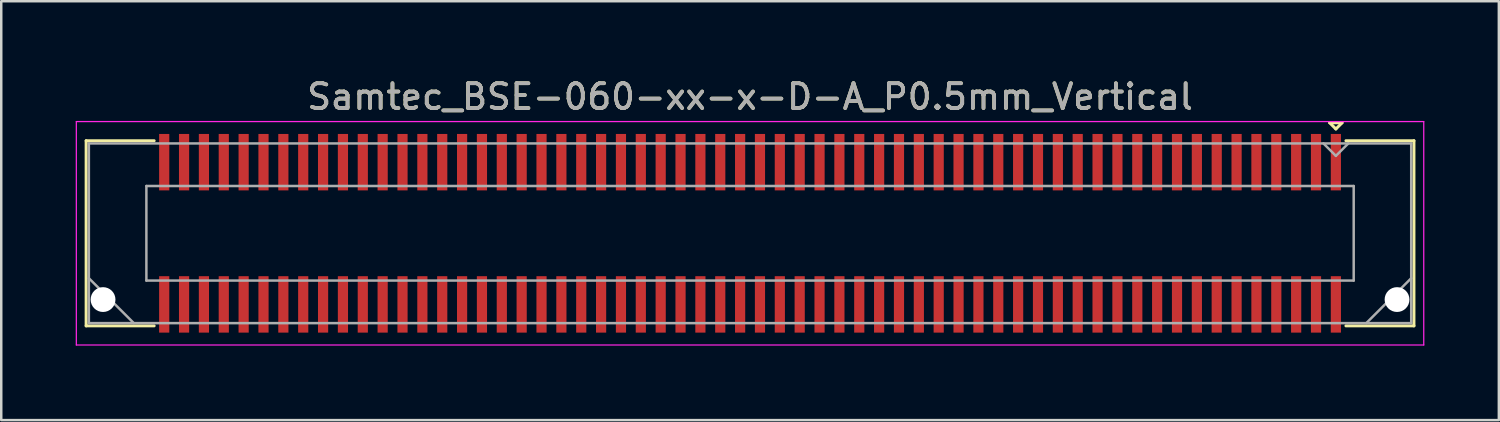
<source format=kicad_pcb>
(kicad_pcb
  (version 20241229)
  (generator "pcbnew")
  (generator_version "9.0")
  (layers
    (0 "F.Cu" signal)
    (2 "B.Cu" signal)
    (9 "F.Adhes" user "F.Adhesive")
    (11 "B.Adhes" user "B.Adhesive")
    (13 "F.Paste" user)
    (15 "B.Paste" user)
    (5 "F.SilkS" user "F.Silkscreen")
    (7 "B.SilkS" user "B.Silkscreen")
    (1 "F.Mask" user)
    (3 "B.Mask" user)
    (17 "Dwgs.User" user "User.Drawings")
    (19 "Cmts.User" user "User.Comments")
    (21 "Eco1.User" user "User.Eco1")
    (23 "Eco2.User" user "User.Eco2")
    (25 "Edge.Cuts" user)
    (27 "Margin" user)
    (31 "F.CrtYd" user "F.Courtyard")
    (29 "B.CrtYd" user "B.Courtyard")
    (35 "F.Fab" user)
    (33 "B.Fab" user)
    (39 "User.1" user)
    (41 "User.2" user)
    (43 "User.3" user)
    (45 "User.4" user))
  (footprint "Samtec_BSE-060-xx-x-D-A_P0.5mm_Vertical"
    (layer "F.Cu")
    (at 27.165 6.348)
    (property "Reference" "Samtec_BSE-060-xx-x-D-A_P0.5mm_Vertical" (at 0 -5.5 0) (layer "F.SilkS") (effects (font (size 1 1) (thickness 0.15))))
    (attr smd)
    (fp_line (start -26.745 -3.729) (end -24.005 -3.729) (stroke (width 0.12) (type solid)) (layer "F.SilkS"))
    (fp_line (start -26.745 3.729) (end -26.745 -3.729) (stroke (width 0.12) (type solid)) (layer "F.SilkS"))
    (fp_line (start -24.005 3.729) (end -26.745 3.729) (stroke (width 0.12) (type solid)) (layer "F.SilkS"))
    (fp_line (start 23.35 -4.452) (end 23.85 -4.452) (stroke (width 0.12) (type solid)) (layer "F.SilkS"))
    (fp_line (start 23.6 -4.202) (end 23.35 -4.452) (stroke (width 0.12) (type solid)) (layer "F.SilkS"))
    (fp_line (start 23.85 -4.452) (end 23.6 -4.202) (stroke (width 0.12) (type solid)) (layer "F.SilkS"))
    (fp_line (start 24.005 3.729) (end 26.745 3.729) (stroke (width 0.12) (type solid)) (layer "F.SilkS"))
    (fp_line (start 26.745 -3.729) (end 24.005 -3.729) (stroke (width 0.12) (type solid)) (layer "F.SilkS"))
    (fp_line (start 26.745 3.729) (end 26.745 -3.729) (stroke (width 0.12) (type solid)) (layer "F.SilkS"))
    (fp_line (start -27.14 -4.5) (end -27.14 4.5) (stroke (width 0.05) (type solid)) (layer "F.CrtYd"))
    (fp_line (start -27.14 4.5) (end 27.14 4.5) (stroke (width 0.05) (type solid)) (layer "F.CrtYd"))
    (fp_line (start 27.14 -4.5) (end -27.14 -4.5) (stroke (width 0.05) (type solid)) (layer "F.CrtYd"))
    (fp_line (start 27.14 4.5) (end 27.14 -4.5) (stroke (width 0.05) (type solid)) (layer "F.CrtYd"))
    (fp_line (start -26.635 -3.619) (end -26.635 3.619) (stroke (width 0.1) (type solid)) (layer "F.Fab"))
    (fp_line (start -26.635 1.81) (end -24.825 3.619) (stroke (width 0.1) (type solid)) (layer "F.Fab"))
    (fp_line (start -26.635 3.619) (end 26.635 3.619) (stroke (width 0.1) (type solid)) (layer "F.Fab"))
    (fp_line (start -24.318 -1.905) (end -24.318 1.905) (stroke (width 0.1) (type solid)) (layer "F.Fab"))
    (fp_line (start -24.318 1.905) (end 24.318 1.905) (stroke (width 0.1) (type solid)) (layer "F.Fab"))
    (fp_line (start 23.6 -3.119) (end 23.1 -3.619) (stroke (width 0.1) (type solid)) (layer "F.Fab"))
    (fp_line (start 24.1 -3.619) (end 23.6 -3.119) (stroke (width 0.1) (type solid)) (layer "F.Fab"))
    (fp_line (start 24.318 -1.905) (end -24.318 -1.905) (stroke (width 0.1) (type solid)) (layer "F.Fab"))
    (fp_line (start 24.318 1.905) (end 24.318 -1.905) (stroke (width 0.1) (type solid)) (layer "F.Fab"))
    (fp_line (start 26.635 -3.619) (end -26.635 -3.619) (stroke (width 0.1) (type solid)) (layer "F.Fab"))
    (fp_line (start 26.635 1.81) (end 24.825 3.619) (stroke (width 0.1) (type solid)) (layer "F.Fab"))
    (fp_line (start 26.635 3.619) (end 26.635 -3.619) (stroke (width 0.1) (type solid)) (layer "F.Fab"))
    (fp_text user "${REFERENCE}" (at 0 -5.5 0) (layer "F.Fab") (effects (font (size 1 1) (thickness 0.15))))
    (pad "" np_thru_hole circle (at -26.064 2.67) (size 1 1) (drill 1) (layers "*.Cu" "*.Mask"))
    (pad "" np_thru_hole circle (at 26.064 2.67) (size 1 1) (drill 1) (layers "*.Cu" "*.Mask"))
    (pad "1" smd rect (at 23.6 -2.865) (size 0.41 2.273) (layers "F.Cu" "F.Mask" "F.Paste"))
    (pad "2" smd rect (at 23.6 2.865) (size 0.41 2.273) (layers "F.Cu" "F.Mask" "F.Paste"))
    (pad "3" smd rect (at 22.8 -2.865) (size 0.41 2.273) (layers "F.Cu" "F.Mask" "F.Paste"))
    (pad "4" smd rect (at 22.8 2.865) (size 0.41 2.273) (layers "F.Cu" "F.Mask" "F.Paste"))
    (pad "5" smd rect (at 22 -2.865) (size 0.41 2.273) (layers "F.Cu" "F.Mask" "F.Paste"))
    (pad "6" smd rect (at 22 2.865) (size 0.41 2.273) (layers "F.Cu" "F.Mask" "F.Paste"))
    (pad "7" smd rect (at 21.2 -2.865) (size 0.41 2.273) (layers "F.Cu" "F.Mask" "F.Paste"))
    (pad "8" smd rect (at 21.2 2.865) (size 0.41 2.273) (layers "F.Cu" "F.Mask" "F.Paste"))
    (pad "9" smd rect (at 20.4 -2.865) (size 0.41 2.273) (layers "F.Cu" "F.Mask" "F.Paste"))
    (pad "10" smd rect (at 20.4 2.865) (size 0.41 2.273) (layers "F.Cu" "F.Mask" "F.Paste"))
    (pad "11" smd rect (at 19.6 -2.865) (size 0.41 2.273) (layers "F.Cu" "F.Mask" "F.Paste"))
    (pad "12" smd rect (at 19.6 2.865) (size 0.41 2.273) (layers "F.Cu" "F.Mask" "F.Paste"))
    (pad "13" smd rect (at 18.8 -2.865) (size 0.41 2.273) (layers "F.Cu" "F.Mask" "F.Paste"))
    (pad "14" smd rect (at 18.8 2.865) (size 0.41 2.273) (layers "F.Cu" "F.Mask" "F.Paste"))
    (pad "15" smd rect (at 18 -2.865) (size 0.41 2.273) (layers "F.Cu" "F.Mask" "F.Paste"))
    (pad "16" smd rect (at 18 2.865) (size 0.41 2.273) (layers "F.Cu" "F.Mask" "F.Paste"))
    (pad "17" smd rect (at 17.2 -2.865) (size 0.41 2.273) (layers "F.Cu" "F.Mask" "F.Paste"))
    (pad "18" smd rect (at 17.2 2.865) (size 0.41 2.273) (layers "F.Cu" "F.Mask" "F.Paste"))
    (pad "19" smd rect (at 16.4 -2.865) (size 0.41 2.273) (layers "F.Cu" "F.Mask" "F.Paste"))
    (pad "20" smd rect (at 16.4 2.865) (size 0.41 2.273) (layers "F.Cu" "F.Mask" "F.Paste"))
    (pad "21" smd rect (at 15.6 -2.865) (size 0.41 2.273) (layers "F.Cu" "F.Mask" "F.Paste"))
    (pad "22" smd rect (at 15.6 2.865) (size 0.41 2.273) (layers "F.Cu" "F.Mask" "F.Paste"))
    (pad "23" smd rect (at 14.8 -2.865) (size 0.41 2.273) (layers "F.Cu" "F.Mask" "F.Paste"))
    (pad "24" smd rect (at 14.8 2.865) (size 0.41 2.273) (layers "F.Cu" "F.Mask" "F.Paste"))
    (pad "25" smd rect (at 14 -2.865) (size 0.41 2.273) (layers "F.Cu" "F.Mask" "F.Paste"))
    (pad "26" smd rect (at 14 2.865) (size 0.41 2.273) (layers "F.Cu" "F.Mask" "F.Paste"))
    (pad "27" smd rect (at 13.2 -2.865) (size 0.41 2.273) (layers "F.Cu" "F.Mask" "F.Paste"))
    (pad "28" smd rect (at 13.2 2.865) (size 0.41 2.273) (layers "F.Cu" "F.Mask" "F.Paste"))
    (pad "29" smd rect (at 12.4 -2.865) (size 0.41 2.273) (layers "F.Cu" "F.Mask" "F.Paste"))
    (pad "30" smd rect (at 12.4 2.865) (size 0.41 2.273) (layers "F.Cu" "F.Mask" "F.Paste"))
    (pad "31" smd rect (at 11.6 -2.865) (size 0.41 2.273) (layers "F.Cu" "F.Mask" "F.Paste"))
    (pad "32" smd rect (at 11.6 2.865) (size 0.41 2.273) (layers "F.Cu" "F.Mask" "F.Paste"))
    (pad "33" smd rect (at 10.8 -2.865) (size 0.41 2.273) (layers "F.Cu" "F.Mask" "F.Paste"))
    (pad "34" smd rect (at 10.8 2.865) (size 0.41 2.273) (layers "F.Cu" "F.Mask" "F.Paste"))
    (pad "35" smd rect (at 10 -2.865) (size 0.41 2.273) (layers "F.Cu" "F.Mask" "F.Paste"))
    (pad "36" smd rect (at 10 2.865) (size 0.41 2.273) (layers "F.Cu" "F.Mask" "F.Paste"))
    (pad "37" smd rect (at 9.2 -2.865) (size 0.41 2.273) (layers "F.Cu" "F.Mask" "F.Paste"))
    (pad "38" smd rect (at 9.2 2.865) (size 0.41 2.273) (layers "F.Cu" "F.Mask" "F.Paste"))
    (pad "39" smd rect (at 8.4 -2.865) (size 0.41 2.273) (layers "F.Cu" "F.Mask" "F.Paste"))
    (pad "40" smd rect (at 8.4 2.865) (size 0.41 2.273) (layers "F.Cu" "F.Mask" "F.Paste"))
    (pad "41" smd rect (at 7.6 -2.865) (size 0.41 2.273) (layers "F.Cu" "F.Mask" "F.Paste"))
    (pad "42" smd rect (at 7.6 2.865) (size 0.41 2.273) (layers "F.Cu" "F.Mask" "F.Paste"))
    (pad "43" smd rect (at 6.8 -2.865) (size 0.41 2.273) (layers "F.Cu" "F.Mask" "F.Paste"))
    (pad "44" smd rect (at 6.8 2.865) (size 0.41 2.273) (layers "F.Cu" "F.Mask" "F.Paste"))
    (pad "45" smd rect (at 6 -2.865) (size 0.41 2.273) (layers "F.Cu" "F.Mask" "F.Paste"))
    (pad "46" smd rect (at 6 2.865) (size 0.41 2.273) (layers "F.Cu" "F.Mask" "F.Paste"))
    (pad "47" smd rect (at 5.2 -2.865) (size 0.41 2.273) (layers "F.Cu" "F.Mask" "F.Paste"))
    (pad "48" smd rect (at 5.2 2.865) (size 0.41 2.273) (layers "F.Cu" "F.Mask" "F.Paste"))
    (pad "49" smd rect (at 4.4 -2.865) (size 0.41 2.273) (layers "F.Cu" "F.Mask" "F.Paste"))
    (pad "50" smd rect (at 4.4 2.865) (size 0.41 2.273) (layers "F.Cu" "F.Mask" "F.Paste"))
    (pad "51" smd rect (at 3.6 -2.865) (size 0.41 2.273) (layers "F.Cu" "F.Mask" "F.Paste"))
    (pad "52" smd rect (at 3.6 2.865) (size 0.41 2.273) (layers "F.Cu" "F.Mask" "F.Paste"))
    (pad "53" smd rect (at 2.8 -2.865) (size 0.41 2.273) (layers "F.Cu" "F.Mask" "F.Paste"))
    (pad "54" smd rect (at 2.8 2.865) (size 0.41 2.273) (layers "F.Cu" "F.Mask" "F.Paste"))
    (pad "55" smd rect (at 2 -2.865) (size 0.41 2.273) (layers "F.Cu" "F.Mask" "F.Paste"))
    (pad "56" smd rect (at 2 2.865) (size 0.41 2.273) (layers "F.Cu" "F.Mask" "F.Paste"))
    (pad "57" smd rect (at 1.2 -2.865) (size 0.41 2.273) (layers "F.Cu" "F.Mask" "F.Paste"))
    (pad "58" smd rect (at 1.2 2.865) (size 0.41 2.273) (layers "F.Cu" "F.Mask" "F.Paste"))
    (pad "59" smd rect (at 0.4 -2.865) (size 0.41 2.273) (layers "F.Cu" "F.Mask" "F.Paste"))
    (pad "60" smd rect (at 0.4 2.865) (size 0.41 2.273) (layers "F.Cu" "F.Mask" "F.Paste"))
    (pad "61" smd rect (at -0.4 -2.865) (size 0.41 2.273) (layers "F.Cu" "F.Mask" "F.Paste"))
    (pad "62" smd rect (at -0.4 2.865) (size 0.41 2.273) (layers "F.Cu" "F.Mask" "F.Paste"))
    (pad "63" smd rect (at -1.2 -2.865) (size 0.41 2.273) (layers "F.Cu" "F.Mask" "F.Paste"))
    (pad "64" smd rect (at -1.2 2.865) (size 0.41 2.273) (layers "F.Cu" "F.Mask" "F.Paste"))
    (pad "65" smd rect (at -2 -2.865) (size 0.41 2.273) (layers "F.Cu" "F.Mask" "F.Paste"))
    (pad "66" smd rect (at -2 2.865) (size 0.41 2.273) (layers "F.Cu" "F.Mask" "F.Paste"))
    (pad "67" smd rect (at -2.8 -2.865) (size 0.41 2.273) (layers "F.Cu" "F.Mask" "F.Paste"))
    (pad "68" smd rect (at -2.8 2.865) (size 0.41 2.273) (layers "F.Cu" "F.Mask" "F.Paste"))
    (pad "69" smd rect (at -3.6 -2.865) (size 0.41 2.273) (layers "F.Cu" "F.Mask" "F.Paste"))
    (pad "70" smd rect (at -3.6 2.865) (size 0.41 2.273) (layers "F.Cu" "F.Mask" "F.Paste"))
    (pad "71" smd rect (at -4.4 -2.865) (size 0.41 2.273) (layers "F.Cu" "F.Mask" "F.Paste"))
    (pad "72" smd rect (at -4.4 2.865) (size 0.41 2.273) (layers "F.Cu" "F.Mask" "F.Paste"))
    (pad "73" smd rect (at -5.2 -2.865) (size 0.41 2.273) (layers "F.Cu" "F.Mask" "F.Paste"))
    (pad "74" smd rect (at -5.2 2.865) (size 0.41 2.273) (layers "F.Cu" "F.Mask" "F.Paste"))
    (pad "75" smd rect (at -6 -2.865) (size 0.41 2.273) (layers "F.Cu" "F.Mask" "F.Paste"))
    (pad "76" smd rect (at -6 2.865) (size 0.41 2.273) (layers "F.Cu" "F.Mask" "F.Paste"))
    (pad "77" smd rect (at -6.8 -2.865) (size 0.41 2.273) (layers "F.Cu" "F.Mask" "F.Paste"))
    (pad "78" smd rect (at -6.8 2.865) (size 0.41 2.273) (layers "F.Cu" "F.Mask" "F.Paste"))
    (pad "79" smd rect (at -7.6 -2.865) (size 0.41 2.273) (layers "F.Cu" "F.Mask" "F.Paste"))
    (pad "80" smd rect (at -7.6 2.865) (size 0.41 2.273) (layers "F.Cu" "F.Mask" "F.Paste"))
    (pad "81" smd rect (at -8.4 -2.865) (size 0.41 2.273) (layers "F.Cu" "F.Mask" "F.Paste"))
    (pad "82" smd rect (at -8.4 2.865) (size 0.41 2.273) (layers "F.Cu" "F.Mask" "F.Paste"))
    (pad "83" smd rect (at -9.2 -2.865) (size 0.41 2.273) (layers "F.Cu" "F.Mask" "F.Paste"))
    (pad "84" smd rect (at -9.2 2.865) (size 0.41 2.273) (layers "F.Cu" "F.Mask" "F.Paste"))
    (pad "85" smd rect (at -10 -2.865) (size 0.41 2.273) (layers "F.Cu" "F.Mask" "F.Paste"))
    (pad "86" smd rect (at -10 2.865) (size 0.41 2.273) (layers "F.Cu" "F.Mask" "F.Paste"))
    (pad "87" smd rect (at -10.8 -2.865) (size 0.41 2.273) (layers "F.Cu" "F.Mask" "F.Paste"))
    (pad "88" smd rect (at -10.8 2.865) (size 0.41 2.273) (layers "F.Cu" "F.Mask" "F.Paste"))
    (pad "89" smd rect (at -11.6 -2.865) (size 0.41 2.273) (layers "F.Cu" "F.Mask" "F.Paste"))
    (pad "90" smd rect (at -11.6 2.865) (size 0.41 2.273) (layers "F.Cu" "F.Mask" "F.Paste"))
    (pad "91" smd rect (at -12.4 -2.865) (size 0.41 2.273) (layers "F.Cu" "F.Mask" "F.Paste"))
    (pad "92" smd rect (at -12.4 2.865) (size 0.41 2.273) (layers "F.Cu" "F.Mask" "F.Paste"))
    (pad "93" smd rect (at -13.2 -2.865) (size 0.41 2.273) (layers "F.Cu" "F.Mask" "F.Paste"))
    (pad "94" smd rect (at -13.2 2.865) (size 0.41 2.273) (layers "F.Cu" "F.Mask" "F.Paste"))
    (pad "95" smd rect (at -14 -2.865) (size 0.41 2.273) (layers "F.Cu" "F.Mask" "F.Paste"))
    (pad "96" smd rect (at -14 2.865) (size 0.41 2.273) (layers "F.Cu" "F.Mask" "F.Paste"))
    (pad "97" smd rect (at -14.8 -2.865) (size 0.41 2.273) (layers "F.Cu" "F.Mask" "F.Paste"))
    (pad "98" smd rect (at -14.8 2.865) (size 0.41 2.273) (layers "F.Cu" "F.Mask" "F.Paste"))
    (pad "99" smd rect (at -15.6 -2.865) (size 0.41 2.273) (layers "F.Cu" "F.Mask" "F.Paste"))
    (pad "100" smd rect (at -15.6 2.865) (size 0.41 2.273) (layers "F.Cu" "F.Mask" "F.Paste"))
    (pad "101" smd rect (at -16.4 -2.865) (size 0.41 2.273) (layers "F.Cu" "F.Mask" "F.Paste"))
    (pad "102" smd rect (at -16.4 2.865) (size 0.41 2.273) (layers "F.Cu" "F.Mask" "F.Paste"))
    (pad "103" smd rect (at -17.2 -2.865) (size 0.41 2.273) (layers "F.Cu" "F.Mask" "F.Paste"))
    (pad "104" smd rect (at -17.2 2.865) (size 0.41 2.273) (layers "F.Cu" "F.Mask" "F.Paste"))
    (pad "105" smd rect (at -18 -2.865) (size 0.41 2.273) (layers "F.Cu" "F.Mask" "F.Paste"))
    (pad "106" smd rect (at -18 2.865) (size 0.41 2.273) (layers "F.Cu" "F.Mask" "F.Paste"))
    (pad "107" smd rect (at -18.8 -2.865) (size 0.41 2.273) (layers "F.Cu" "F.Mask" "F.Paste"))
    (pad "108" smd rect (at -18.8 2.865) (size 0.41 2.273) (layers "F.Cu" "F.Mask" "F.Paste"))
    (pad "109" smd rect (at -19.6 -2.865) (size 0.41 2.273) (layers "F.Cu" "F.Mask" "F.Paste"))
    (pad "110" smd rect (at -19.6 2.865) (size 0.41 2.273) (layers "F.Cu" "F.Mask" "F.Paste"))
    (pad "111" smd rect (at -20.4 -2.865) (size 0.41 2.273) (layers "F.Cu" "F.Mask" "F.Paste"))
    (pad "112" smd rect (at -20.4 2.865) (size 0.41 2.273) (layers "F.Cu" "F.Mask" "F.Paste"))
    (pad "113" smd rect (at -21.2 -2.865) (size 0.41 2.273) (layers "F.Cu" "F.Mask" "F.Paste"))
    (pad "114" smd rect (at -21.2 2.865) (size 0.41 2.273) (layers "F.Cu" "F.Mask" "F.Paste"))
    (pad "115" smd rect (at -22 -2.865) (size 0.41 2.273) (layers "F.Cu" "F.Mask" "F.Paste"))
    (pad "116" smd rect (at -22 2.865) (size 0.41 2.273) (layers "F.Cu" "F.Mask" "F.Paste"))
    (pad "117" smd rect (at -22.8 -2.865) (size 0.41 2.273) (layers "F.Cu" "F.Mask" "F.Paste"))
    (pad "118" smd rect (at -22.8 2.865) (size 0.41 2.273) (layers "F.Cu" "F.Mask" "F.Paste"))
    (pad "119" smd rect (at -23.6 -2.865) (size 0.41 2.273) (layers "F.Cu" "F.Mask" "F.Paste"))
    (pad "120" smd rect (at -23.6 2.865) (size 0.41 2.273) (layers "F.Cu" "F.Mask" "F.Paste")))
  (gr_rect
    (start -3 -3)
    (end 57.33 13.873)
    (stroke (width 0.1) (type default))
    (fill no)
    (layer "Edge.Cuts")))
</source>
